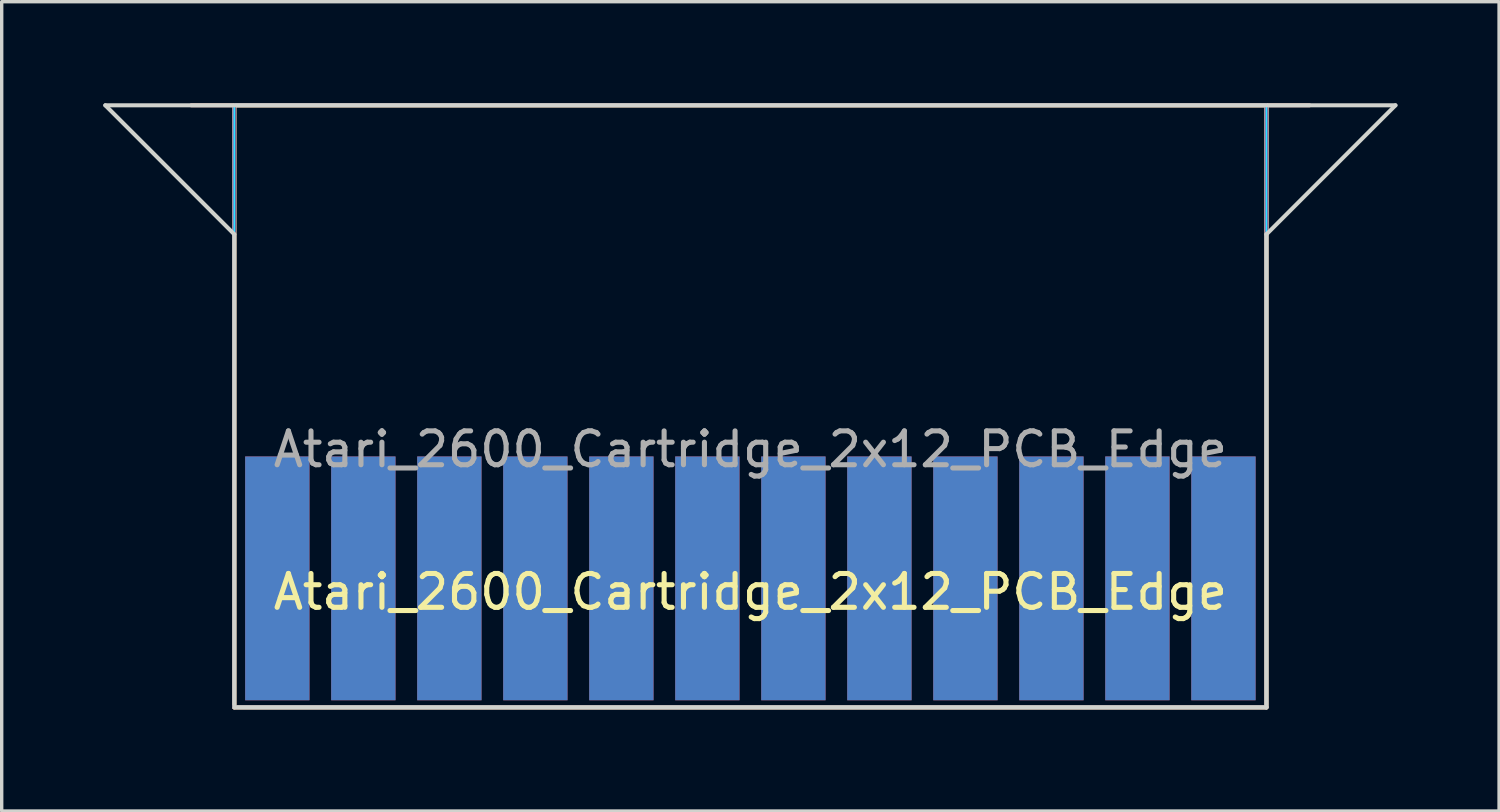
<source format=kicad_pcb>
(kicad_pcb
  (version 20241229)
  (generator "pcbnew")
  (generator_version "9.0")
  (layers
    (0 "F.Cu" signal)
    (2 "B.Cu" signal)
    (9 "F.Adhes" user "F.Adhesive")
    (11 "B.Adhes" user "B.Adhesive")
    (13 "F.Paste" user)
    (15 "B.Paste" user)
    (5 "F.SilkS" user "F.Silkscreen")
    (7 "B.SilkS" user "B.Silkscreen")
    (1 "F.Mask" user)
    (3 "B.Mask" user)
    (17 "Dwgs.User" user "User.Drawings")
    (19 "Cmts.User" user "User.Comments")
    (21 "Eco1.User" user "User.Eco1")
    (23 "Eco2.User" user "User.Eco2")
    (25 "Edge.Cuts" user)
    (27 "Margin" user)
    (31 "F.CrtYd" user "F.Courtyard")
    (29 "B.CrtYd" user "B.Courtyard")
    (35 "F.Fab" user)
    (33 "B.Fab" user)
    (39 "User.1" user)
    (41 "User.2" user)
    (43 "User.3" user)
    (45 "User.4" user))
  (footprint "Atari_2600_Cartridge_2x12_PCB_Edge"
    (layer "F.Cu")
    (at 19.11 12.76)
    (property "Reference" "Atari_2600_Cartridge_2x12_PCB_Edge" (at 0 1.67 0) (layer "F.SilkS") (effects (font (size 1 1) (thickness 0.15))))
    (attr exclude_from_pos_files exclude_from_bom)
    (fp_line (start -15.24 -12.7) (end 15.24 -12.7) (stroke (width 0.12) (type solid)) (layer "F.SilkS"))
    (fp_line (start -15.24 5.08) (end -15.24 -12.7) (stroke (width 0.12) (type solid)) (layer "F.SilkS"))
    (fp_line (start -15.24 5.08) (end 15.24 5.08) (stroke (width 0.12) (type solid)) (layer "F.SilkS"))
    (fp_line (start 15.24 5.08) (end 15.24 -12.7) (stroke (width 0.12) (type solid)) (layer "F.SilkS"))
    (fp_line (start -16.51 -12.7) (end 16.51 -12.7) (stroke (width 0.12) (type solid)) (layer "B.SilkS"))
    (fp_line (start -15.24 5.08) (end -15.24 -12.7) (stroke (width 0.12) (type solid)) (layer "B.SilkS"))
    (fp_line (start -15.24 5.08) (end 15.24 5.08) (stroke (width 0.12) (type solid)) (layer "B.SilkS"))
    (fp_line (start 15.24 5.08) (end 15.24 -12.7) (stroke (width 0.12) (type solid)) (layer "B.SilkS"))
    (fp_line (start -19.05 -12.7) (end -15.24 -8.89) (stroke (width 0.12) (type solid)) (layer "Edge.Cuts"))
    (fp_line (start -19.05 -12.7) (end 19.05 -12.7) (stroke (width 0.12) (type solid)) (layer "Edge.Cuts"))
    (fp_line (start -15.24 5) (end -15.24 -8.89) (stroke (width 0.12) (type solid)) (layer "Edge.Cuts"))
    (fp_line (start -15.24 5.08) (end 15.24 5.08) (stroke (width 0.12) (type solid)) (layer "Edge.Cuts"))
    (fp_line (start 15.24 -8.89) (end 19.05 -12.7) (stroke (width 0.12) (type solid)) (layer "Edge.Cuts"))
    (fp_line (start 15.24 5.08) (end 15.24 -8.89) (stroke (width 0.12) (type solid)) (layer "Edge.Cuts"))
    (fp_line (start -15.24 -12.7) (end -15.24 5.08) (stroke (width 0.05) (type solid)) (layer "B.CrtYd"))
    (fp_line (start -15.24 5.08) (end 15.24 5.08) (stroke (width 0.05) (type solid)) (layer "B.CrtYd"))
    (fp_line (start 15.24 -12.7) (end -15.24 -12.7) (stroke (width 0.05) (type solid)) (layer "B.CrtYd"))
    (fp_line (start 15.24 5.08) (end 15.24 -12.7) (stroke (width 0.05) (type solid)) (layer "B.CrtYd"))
    (fp_line (start -15.24 -12.7) (end -15.24 5.08) (stroke (width 0.05) (type solid)) (layer "F.CrtYd"))
    (fp_line (start -15.24 5.08) (end 15.24 5.08) (stroke (width 0.05) (type solid)) (layer "F.CrtYd"))
    (fp_line (start 15.24 -12.7) (end -15.24 -12.7) (stroke (width 0.05) (type solid)) (layer "F.CrtYd"))
    (fp_line (start 15.24 5.08) (end 15.24 -12.7) (stroke (width 0.05) (type solid)) (layer "F.CrtYd"))
    (fp_line (start -15.24 -12.7) (end 15.24 -12.7) (stroke (width 0.1) (type solid)) (layer "B.Fab"))
    (fp_line (start -15.24 5.08) (end -15.24 -12.7) (stroke (width 0.1) (type solid)) (layer "B.Fab"))
    (fp_line (start -15.24 5.08) (end 15.24 5.08) (stroke (width 0.1) (type solid)) (layer "B.Fab"))
    (fp_line (start 15.24 5.08) (end 15.24 -12.7) (stroke (width 0.1) (type solid)) (layer "B.Fab"))
    (fp_line (start -15.24 -12.7) (end 15.24 -12.7) (stroke (width 0.1) (type solid)) (layer "F.Fab"))
    (fp_line (start -15.24 5.08) (end -15.24 -12.7) (stroke (width 0.1) (type solid)) (layer "F.Fab"))
    (fp_line (start -15.24 5.08) (end 15.24 5.08) (stroke (width 0.1) (type solid)) (layer "F.Fab"))
    (fp_line (start 15.24 5.08) (end 15.24 -12.7) (stroke (width 0.1) (type solid)) (layer "F.Fab"))
    (fp_text user "${REFERENCE}" (at 0 -2.54 0) (layer "F.Fab") (effects (font (size 1 1) (thickness 0.15))))
    (pad "1" connect rect (at -13.97 1.27) (size 1.9 7.2) (layers "F.Cu" "F.Mask"))
    (pad "2" connect rect (at -11.43 1.27) (size 1.9 7.2) (layers "F.Cu" "F.Mask"))
    (pad "3" connect rect (at -8.89 1.27) (size 1.9 7.2) (layers "F.Cu" "F.Mask"))
    (pad "4" connect rect (at -6.35 1.27) (size 1.9 7.2) (layers "F.Cu" "F.Mask"))
    (pad "5" connect rect (at -3.81 1.27) (size 1.9 7.2) (layers "F.Cu" "F.Mask"))
    (pad "6" connect rect (at -1.27 1.27) (size 1.9 7.2) (layers "F.Cu" "F.Mask"))
    (pad "7" connect rect (at 1.27 1.27) (size 1.9 7.2) (layers "F.Cu" "F.Mask"))
    (pad "8" connect rect (at 3.81 1.27) (size 1.9 7.2) (layers "F.Cu" "F.Mask"))
    (pad "9" connect rect (at 6.35 1.27) (size 1.9 7.2) (layers "F.Cu" "F.Mask"))
    (pad "10" connect rect (at 8.89 1.27) (size 1.9 7.2) (layers "F.Cu" "F.Mask"))
    (pad "11" connect rect (at 11.43 1.27) (size 1.9 7.2) (layers "F.Cu" "F.Mask"))
    (pad "12" connect rect (at 13.97 1.27) (size 1.9 7.2) (layers "F.Cu" "F.Mask"))
    (pad "13" connect rect (at 13.97 1.27) (size 1.9 7.2) (layers "B.Cu" "B.Mask"))
    (pad "14" connect rect (at 11.43 1.27) (size 1.9 7.2) (layers "B.Cu" "B.Mask"))
    (pad "15" connect rect (at 8.89 1.27) (size 1.9 7.2) (layers "B.Cu" "B.Mask"))
    (pad "16" connect rect (at 6.35 1.27) (size 1.9 7.2) (layers "B.Cu" "B.Mask"))
    (pad "17" connect rect (at 3.81 1.27) (size 1.9 7.2) (layers "B.Cu" "B.Mask"))
    (pad "18" connect rect (at 1.27 1.27) (size 1.9 7.2) (layers "B.Cu" "B.Mask"))
    (pad "19" connect rect (at -1.27 1.27) (size 1.9 7.2) (layers "B.Cu" "B.Mask"))
    (pad "20" connect rect (at -3.81 1.27) (size 1.9 7.2) (layers "B.Cu" "B.Mask"))
    (pad "21" connect rect (at -6.35 1.27) (size 1.9 7.2) (layers "B.Cu" "B.Mask"))
    (pad "22" connect rect (at -8.89 1.27) (size 1.9 7.2) (layers "B.Cu" "B.Mask"))
    (pad "23" connect rect (at -11.43 1.27) (size 1.9 7.2) (layers "B.Cu" "B.Mask"))
    (pad "24" connect rect (at -13.97 1.27) (size 1.9 7.2) (layers "B.Cu" "B.Mask")))
  (gr_rect
    (start -3 -3)
    (end 41.22 20.9)
    (stroke (width 0.1) (type default))
    (fill no)
    (layer "Edge.Cuts")))
</source>
